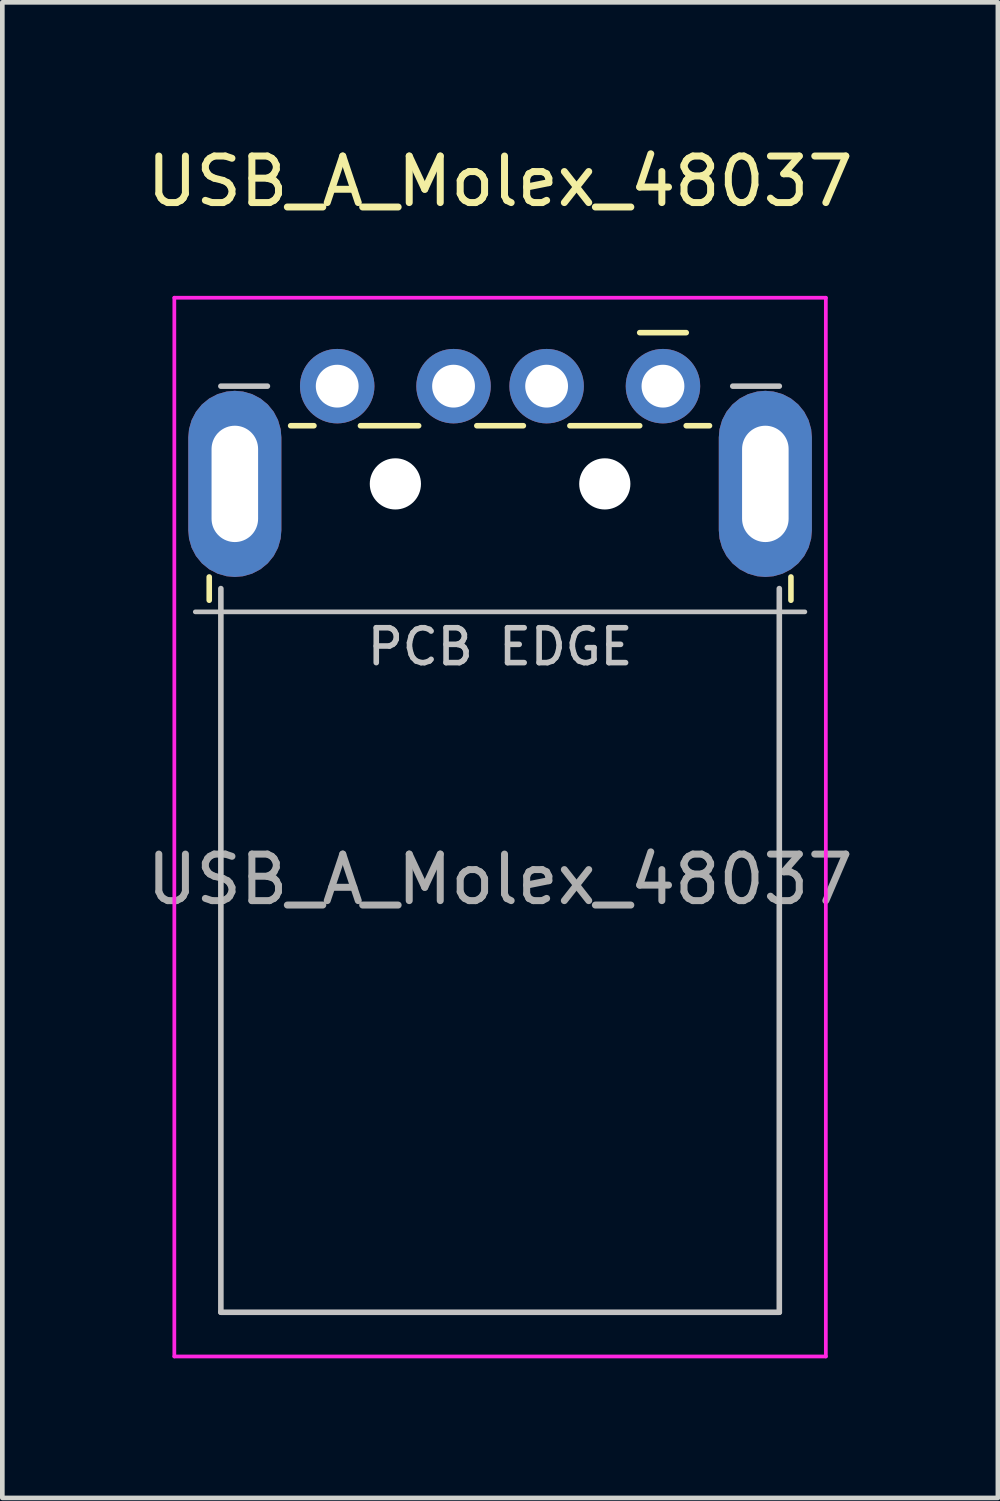
<source format=kicad_pcb>
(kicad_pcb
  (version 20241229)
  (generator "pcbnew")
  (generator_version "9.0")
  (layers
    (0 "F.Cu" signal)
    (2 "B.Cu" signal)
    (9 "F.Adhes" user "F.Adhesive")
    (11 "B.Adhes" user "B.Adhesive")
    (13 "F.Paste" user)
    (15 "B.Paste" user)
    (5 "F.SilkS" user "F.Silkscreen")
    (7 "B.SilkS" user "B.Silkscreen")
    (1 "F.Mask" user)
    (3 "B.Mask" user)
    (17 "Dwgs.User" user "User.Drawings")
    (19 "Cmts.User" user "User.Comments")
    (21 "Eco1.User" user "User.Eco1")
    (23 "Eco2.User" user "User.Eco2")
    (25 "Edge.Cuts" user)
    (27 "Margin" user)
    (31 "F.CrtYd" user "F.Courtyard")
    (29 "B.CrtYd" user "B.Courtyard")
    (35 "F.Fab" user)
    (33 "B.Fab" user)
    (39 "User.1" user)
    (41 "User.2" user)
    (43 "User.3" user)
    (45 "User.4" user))
  (footprint "USB_A_Molex_48037"
    (layer "F.Cu")
    (at 7.696 7.348)
    (property "Reference" "USB_A_Molex_48037" (at 0 -6.5 0) (layer "F.SilkS") (effects (font (size 1 1) (thickness 0.15))))
    (attr through_hole)
    (fp_line (start -6.25 2.5) (end -6.25 2) (stroke (width 0.12) (type solid)) (layer "F.SilkS"))
    (fp_line (start -4 -1.25) (end -4.5 -1.25) (stroke (width 0.12) (type solid)) (layer "F.SilkS"))
    (fp_line (start -3 -1.25) (end -1.75 -1.25) (stroke (width 0.12) (type solid)) (layer "F.SilkS"))
    (fp_line (start -0.5 -1.25) (end 0.5 -1.25) (stroke (width 0.12) (type solid)) (layer "F.SilkS"))
    (fp_line (start 1.5 -1.25) (end 3 -1.25) (stroke (width 0.12) (type solid)) (layer "F.SilkS"))
    (fp_line (start 3 -3.25) (end 4 -3.25) (stroke (width 0.12) (type solid)) (layer "F.SilkS"))
    (fp_line (start 4 -1.25) (end 4.5 -1.25) (stroke (width 0.12) (type solid)) (layer "F.SilkS"))
    (fp_line (start 6.25 2.5) (end 6.25 2) (stroke (width 0.12) (type solid)) (layer "F.SilkS"))
    (fp_line (start -6.55 2.75) (end 6.55 2.75) (stroke (width 0.1) (type solid)) (layer "Dwgs.User"))
    (fp_line (start -6 -2.1) (end -5 -2.1) (stroke (width 0.12) (type solid)) (layer "Dwgs.User"))
    (fp_line (start -6 2.25) (end -6 17.8) (stroke (width 0.12) (type solid)) (layer "Dwgs.User"))
    (fp_line (start -6 17.8) (end 6 17.8) (stroke (width 0.12) (type solid)) (layer "Dwgs.User"))
    (fp_line (start 5 -2.1) (end 6 -2.1) (stroke (width 0.12) (type solid)) (layer "Dwgs.User"))
    (fp_line (start 6 17.8) (end 6 2.25) (stroke (width 0.12) (type solid)) (layer "Dwgs.User"))
    (fp_line (start -7 -4) (end -7 18.75) (stroke (width 0.08) (type solid)) (layer "F.CrtYd"))
    (fp_line (start -7 18.75) (end 7 18.75) (stroke (width 0.08) (type solid)) (layer "F.CrtYd"))
    (fp_line (start 7 -4) (end -7 -4) (stroke (width 0.08) (type solid)) (layer "F.CrtYd"))
    (fp_line (start 7 18.75) (end 7 -4) (stroke (width 0.08) (type solid)) (layer "F.CrtYd"))
    (fp_text user "PCB EDGE" (at 0 3.5 0) (unlocked yes) (layer "Dwgs.User") (effects (font (size 0.75 0.75) (thickness 0.12))))
    (fp_text user "${REFERENCE}" (at 0 8.5 0) (layer "F.Fab") (effects (font (size 1 1) (thickness 0.15))))
    (pad "" np_thru_hole circle (at -2.25 0) (size 1.1 1.1) (drill 1.1) (layers "*.Cu" "*.Mask"))
    (pad "" np_thru_hole circle (at 2.25 0) (size 1.1 1.1) (drill 1.1) (layers "*.Cu" "*.Mask"))
    (pad "1" thru_hole circle (at 3.5 -2.1) (size 1.6 1.6) (drill 0.92) (layers "*.Cu" "*.Mask"))
    (pad "2" thru_hole circle (at 1 -2.1) (size 1.6 1.6) (drill 0.92) (layers "*.Cu" "*.Mask"))
    (pad "3" thru_hole circle (at -1 -2.1) (size 1.6 1.6) (drill 0.92) (layers "*.Cu" "*.Mask"))
    (pad "4" thru_hole circle (at -3.5 -2.1) (size 1.6 1.6) (drill 0.92) (layers "*.Cu" "*.Mask"))
    (pad "5" thru_hole roundrect (at -5.7 0) (size 2 4) (drill oval 1 2.5) (layers "*.Cu" "*.Mask") (roundrect_rratio 0.5))
    (pad "5" thru_hole roundrect (at 5.7 0) (size 2 4) (drill oval 1 2.5) (layers "*.Cu" "*.Mask") (roundrect_rratio 0.5)))
  (gr_rect
    (start -3 -3)
    (end 18.393 29.138)
    (stroke (width 0.1) (type default))
    (fill no)
    (layer "Edge.Cuts")))
</source>
